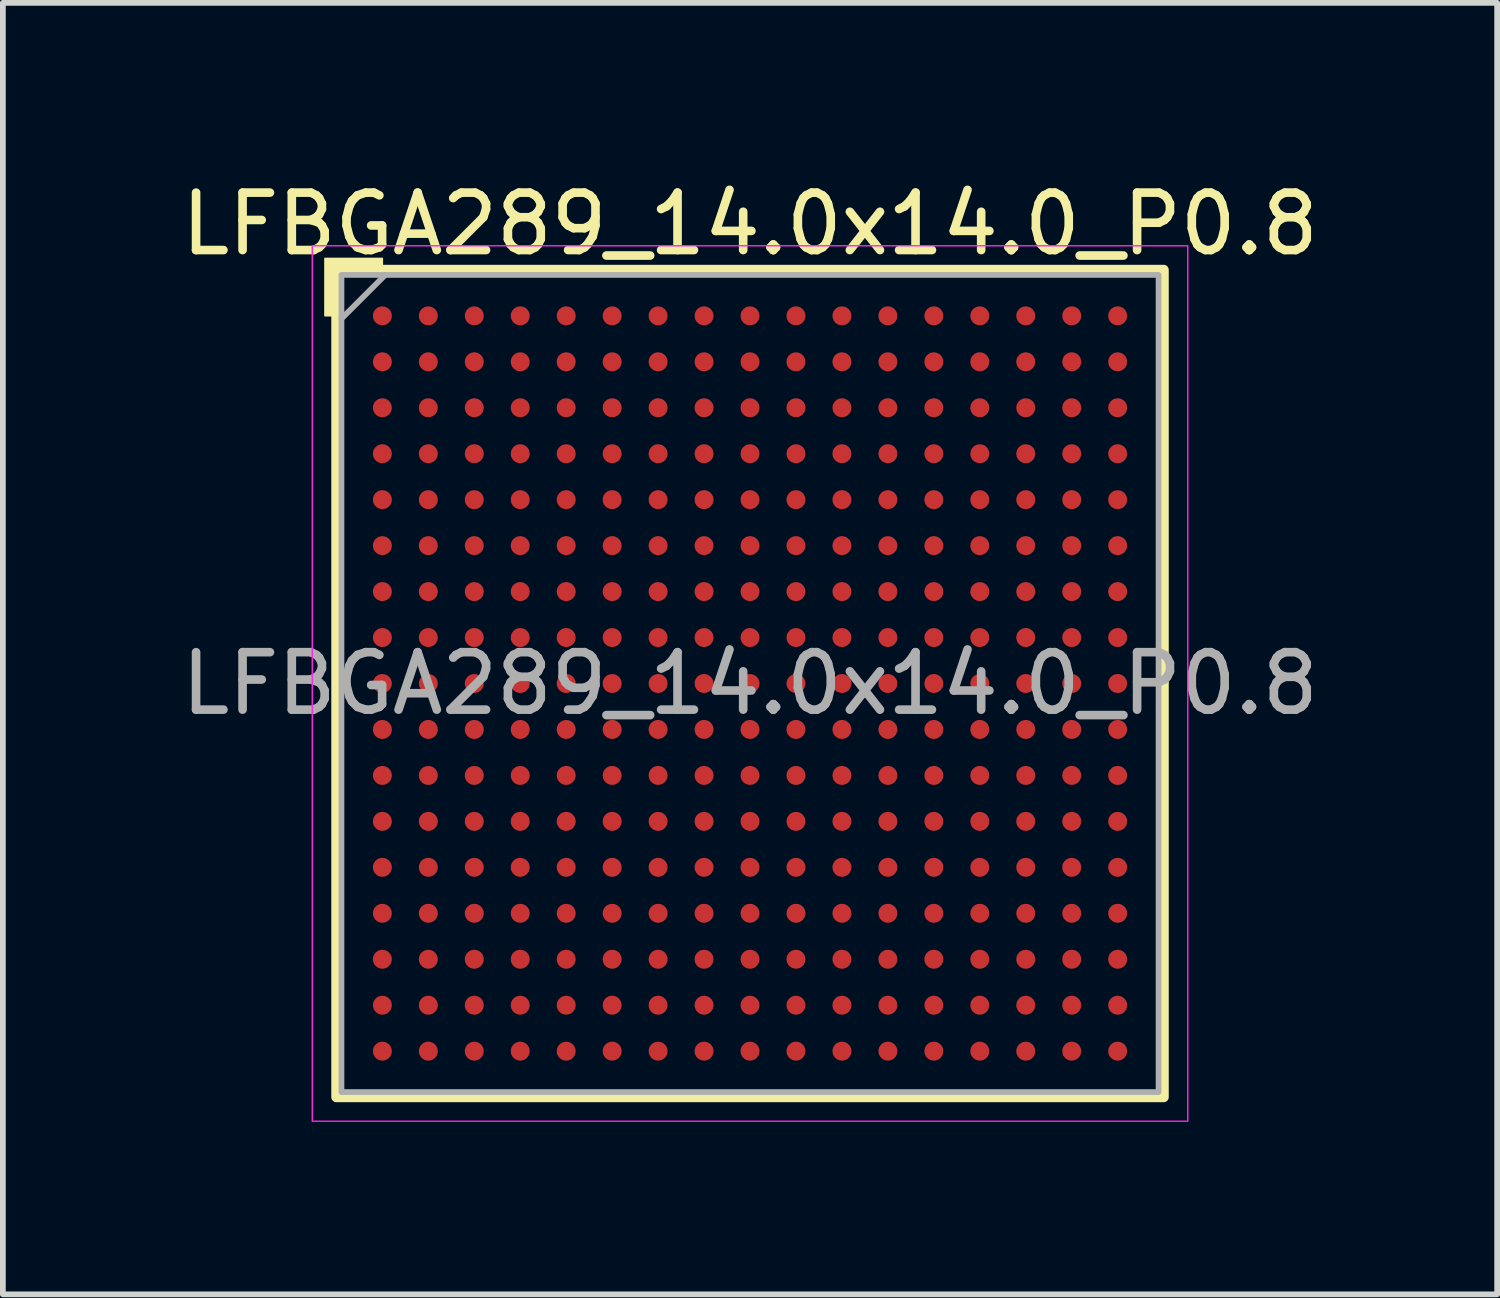
<source format=kicad_pcb>
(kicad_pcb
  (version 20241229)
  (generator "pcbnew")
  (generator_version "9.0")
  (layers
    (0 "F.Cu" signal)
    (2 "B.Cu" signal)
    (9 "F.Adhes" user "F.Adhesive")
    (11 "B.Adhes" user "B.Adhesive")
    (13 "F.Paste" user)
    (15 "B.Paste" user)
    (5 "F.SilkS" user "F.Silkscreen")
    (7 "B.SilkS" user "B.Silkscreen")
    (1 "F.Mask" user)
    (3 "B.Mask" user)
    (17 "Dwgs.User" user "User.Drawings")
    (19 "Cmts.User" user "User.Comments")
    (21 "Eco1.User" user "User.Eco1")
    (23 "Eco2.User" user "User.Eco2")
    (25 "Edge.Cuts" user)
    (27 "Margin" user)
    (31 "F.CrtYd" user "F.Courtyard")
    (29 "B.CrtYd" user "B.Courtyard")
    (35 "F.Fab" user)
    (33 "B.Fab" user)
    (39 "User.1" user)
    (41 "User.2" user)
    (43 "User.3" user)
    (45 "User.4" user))
  (footprint "LFBGA289_14.0x14.0_P0.8"
    (layer "F.Cu")
    (at 10.006 8.848)
    (property "Reference" "LFBGA289_14.0x14.0_P0.8" (at 0 -8 0) (unlocked yes) (layer "F.SilkS") (effects (font (size 1 1) (thickness 0.15))))
    (attr smd)
    (fp_rect (start -7.2 -7.2) (end 7.2 7.2) (stroke (width 0.178) (type solid)) (fill no) (layer "F.SilkS"))
    (fp_poly (pts (xy -7.2 -6.4) (xy -7.4 -6.4) (xy -7.4 -7.4) (xy -6.4 -7.4) (xy -6.4 -7.2) (xy -7.2 -7.2)) (stroke (width 0.025) (type solid)) (fill yes) (layer "F.SilkS"))
    (fp_rect (start -7.62 -7.62) (end 7.62 7.62) (stroke (width 0.025) (type solid)) (fill no) (layer "F.CrtYd"))
    (fp_line (start -7.112 -6.35) (end -6.35 -7.112) (stroke (width 0.1) (type solid)) (layer "F.Fab"))
    (fp_rect (start -7.112 -7.112) (end 7.112 7.112) (stroke (width 0.1) (type solid)) (fill no) (layer "F.Fab"))
    (fp_text user "${REFERENCE}" (at 0 0 0) (unlocked yes) (layer "F.Fab") (effects (font (size 1 1) (thickness 0.15))))
    (pad "A1" smd circle (at -6.4 -6.4) (size 0.33 0.33) (layers "F.Cu" "F.Mask" "F.Paste"))
    (pad "A2" smd circle (at -5.6 -6.4) (size 0.33 0.33) (layers "F.Cu" "F.Mask" "F.Paste"))
    (pad "A3" smd circle (at -4.8 -6.4) (size 0.33 0.33) (layers "F.Cu" "F.Mask" "F.Paste"))
    (pad "A4" smd circle (at -4 -6.4) (size 0.33 0.33) (layers "F.Cu" "F.Mask" "F.Paste"))
    (pad "A5" smd circle (at -3.2 -6.4) (size 0.33 0.33) (layers "F.Cu" "F.Mask" "F.Paste"))
    (pad "A6" smd circle (at -2.4 -6.4) (size 0.33 0.33) (layers "F.Cu" "F.Mask" "F.Paste"))
    (pad "A7" smd circle (at -1.6 -6.4) (size 0.33 0.33) (layers "F.Cu" "F.Mask" "F.Paste"))
    (pad "A8" smd circle (at -0.8 -6.4) (size 0.33 0.33) (layers "F.Cu" "F.Mask" "F.Paste"))
    (pad "A9" smd circle (at 0 -6.4) (size 0.33 0.33) (layers "F.Cu" "F.Mask" "F.Paste"))
    (pad "A10" smd circle (at 0.8 -6.4) (size 0.33 0.33) (layers "F.Cu" "F.Mask" "F.Paste"))
    (pad "A11" smd circle (at 1.6 -6.4) (size 0.33 0.33) (layers "F.Cu" "F.Mask" "F.Paste"))
    (pad "A12" smd circle (at 2.4 -6.4) (size 0.33 0.33) (layers "F.Cu" "F.Mask" "F.Paste"))
    (pad "A13" smd circle (at 3.2 -6.4) (size 0.33 0.33) (layers "F.Cu" "F.Mask" "F.Paste"))
    (pad "A14" smd circle (at 4 -6.4) (size 0.33 0.33) (layers "F.Cu" "F.Mask" "F.Paste"))
    (pad "A15" smd circle (at 4.8 -6.4) (size 0.33 0.33) (layers "F.Cu" "F.Mask" "F.Paste"))
    (pad "A16" smd circle (at 5.6 -6.4) (size 0.33 0.33) (layers "F.Cu" "F.Mask" "F.Paste"))
    (pad "A17" smd circle (at 6.4 -6.4) (size 0.33 0.33) (layers "F.Cu" "F.Mask" "F.Paste"))
    (pad "B1" smd circle (at -6.4 -5.6) (size 0.33 0.33) (layers "F.Cu" "F.Mask" "F.Paste"))
    (pad "B2" smd circle (at -5.6 -5.6) (size 0.33 0.33) (layers "F.Cu" "F.Mask" "F.Paste"))
    (pad "B3" smd circle (at -4.8 -5.6) (size 0.33 0.33) (layers "F.Cu" "F.Mask" "F.Paste"))
    (pad "B4" smd circle (at -4 -5.6) (size 0.33 0.33) (layers "F.Cu" "F.Mask" "F.Paste"))
    (pad "B5" smd circle (at -3.2 -5.6) (size 0.33 0.33) (layers "F.Cu" "F.Mask" "F.Paste"))
    (pad "B6" smd circle (at -2.4 -5.6) (size 0.33 0.33) (layers "F.Cu" "F.Mask" "F.Paste"))
    (pad "B7" smd circle (at -1.6 -5.6) (size 0.33 0.33) (layers "F.Cu" "F.Mask" "F.Paste"))
    (pad "B8" smd circle (at -0.8 -5.6) (size 0.33 0.33) (layers "F.Cu" "F.Mask" "F.Paste"))
    (pad "B9" smd circle (at 0 -5.6) (size 0.33 0.33) (layers "F.Cu" "F.Mask" "F.Paste"))
    (pad "B10" smd circle (at 0.8 -5.6) (size 0.33 0.33) (layers "F.Cu" "F.Mask" "F.Paste"))
    (pad "B11" smd circle (at 1.6 -5.6) (size 0.33 0.33) (layers "F.Cu" "F.Mask" "F.Paste"))
    (pad "B12" smd circle (at 2.4 -5.6) (size 0.33 0.33) (layers "F.Cu" "F.Mask" "F.Paste"))
    (pad "B13" smd circle (at 3.2 -5.6) (size 0.33 0.33) (layers "F.Cu" "F.Mask" "F.Paste"))
    (pad "B14" smd circle (at 4 -5.6) (size 0.33 0.33) (layers "F.Cu" "F.Mask" "F.Paste"))
    (pad "B15" smd circle (at 4.8 -5.6) (size 0.33 0.33) (layers "F.Cu" "F.Mask" "F.Paste"))
    (pad "B16" smd circle (at 5.6 -5.6) (size 0.33 0.33) (layers "F.Cu" "F.Mask" "F.Paste"))
    (pad "B17" smd circle (at 6.4 -5.6) (size 0.33 0.33) (layers "F.Cu" "F.Mask" "F.Paste"))
    (pad "C1" smd circle (at -6.4 -4.8) (size 0.33 0.33) (layers "F.Cu" "F.Mask" "F.Paste"))
    (pad "C2" smd circle (at -5.6 -4.8) (size 0.33 0.33) (layers "F.Cu" "F.Mask" "F.Paste"))
    (pad "C3" smd circle (at -4.8 -4.8) (size 0.33 0.33) (layers "F.Cu" "F.Mask" "F.Paste"))
    (pad "C4" smd circle (at -4 -4.8) (size 0.33 0.33) (layers "F.Cu" "F.Mask" "F.Paste"))
    (pad "C5" smd circle (at -3.2 -4.8) (size 0.33 0.33) (layers "F.Cu" "F.Mask" "F.Paste"))
    (pad "C6" smd circle (at -2.4 -4.8) (size 0.33 0.33) (layers "F.Cu" "F.Mask" "F.Paste"))
    (pad "C7" smd circle (at -1.6 -4.8) (size 0.33 0.33) (layers "F.Cu" "F.Mask" "F.Paste"))
    (pad "C8" smd circle (at -0.8 -4.8) (size 0.33 0.33) (layers "F.Cu" "F.Mask" "F.Paste"))
    (pad "C9" smd circle (at 0 -4.8) (size 0.33 0.33) (layers "F.Cu" "F.Mask" "F.Paste"))
    (pad "C10" smd circle (at 0.8 -4.8) (size 0.33 0.33) (layers "F.Cu" "F.Mask" "F.Paste"))
    (pad "C11" smd circle (at 1.6 -4.8) (size 0.33 0.33) (layers "F.Cu" "F.Mask" "F.Paste"))
    (pad "C12" smd circle (at 2.4 -4.8) (size 0.33 0.33) (layers "F.Cu" "F.Mask" "F.Paste"))
    (pad "C13" smd circle (at 3.2 -4.8) (size 0.33 0.33) (layers "F.Cu" "F.Mask" "F.Paste"))
    (pad "C14" smd circle (at 4 -4.8) (size 0.33 0.33) (layers "F.Cu" "F.Mask" "F.Paste"))
    (pad "C15" smd circle (at 4.8 -4.8) (size 0.33 0.33) (layers "F.Cu" "F.Mask" "F.Paste"))
    (pad "C16" smd circle (at 5.6 -4.8) (size 0.33 0.33) (layers "F.Cu" "F.Mask" "F.Paste"))
    (pad "C17" smd circle (at 6.4 -4.8) (size 0.33 0.33) (layers "F.Cu" "F.Mask" "F.Paste"))
    (pad "D1" smd circle (at -6.4 -4) (size 0.33 0.33) (layers "F.Cu" "F.Mask" "F.Paste"))
    (pad "D2" smd circle (at -5.6 -4) (size 0.33 0.33) (layers "F.Cu" "F.Mask" "F.Paste"))
    (pad "D3" smd circle (at -4.8 -4) (size 0.33 0.33) (layers "F.Cu" "F.Mask" "F.Paste"))
    (pad "D4" smd circle (at -4 -4) (size 0.33 0.33) (layers "F.Cu" "F.Mask" "F.Paste"))
    (pad "D5" smd circle (at -3.2 -4) (size 0.33 0.33) (layers "F.Cu" "F.Mask" "F.Paste"))
    (pad "D6" smd circle (at -2.4 -4) (size 0.33 0.33) (layers "F.Cu" "F.Mask" "F.Paste"))
    (pad "D7" smd circle (at -1.6 -4) (size 0.33 0.33) (layers "F.Cu" "F.Mask" "F.Paste"))
    (pad "D8" smd circle (at -0.8 -4) (size 0.33 0.33) (layers "F.Cu" "F.Mask" "F.Paste"))
    (pad "D9" smd circle (at 0 -4) (size 0.33 0.33) (layers "F.Cu" "F.Mask" "F.Paste"))
    (pad "D10" smd circle (at 0.8 -4) (size 0.33 0.33) (layers "F.Cu" "F.Mask" "F.Paste"))
    (pad "D11" smd circle (at 1.6 -4) (size 0.33 0.33) (layers "F.Cu" "F.Mask" "F.Paste"))
    (pad "D12" smd circle (at 2.4 -4) (size 0.33 0.33) (layers "F.Cu" "F.Mask" "F.Paste"))
    (pad "D13" smd circle (at 3.2 -4) (size 0.33 0.33) (layers "F.Cu" "F.Mask" "F.Paste"))
    (pad "D14" smd circle (at 4 -4) (size 0.33 0.33) (layers "F.Cu" "F.Mask" "F.Paste"))
    (pad "D15" smd circle (at 4.8 -4) (size 0.33 0.33) (layers "F.Cu" "F.Mask" "F.Paste"))
    (pad "D16" smd circle (at 5.6 -4) (size 0.33 0.33) (layers "F.Cu" "F.Mask" "F.Paste"))
    (pad "D17" smd circle (at 6.4 -4) (size 0.33 0.33) (layers "F.Cu" "F.Mask" "F.Paste"))
    (pad "E1" smd circle (at -6.4 -3.2) (size 0.33 0.33) (layers "F.Cu" "F.Mask" "F.Paste"))
    (pad "E2" smd circle (at -5.6 -3.2) (size 0.33 0.33) (layers "F.Cu" "F.Mask" "F.Paste"))
    (pad "E3" smd circle (at -4.8 -3.2) (size 0.33 0.33) (layers "F.Cu" "F.Mask" "F.Paste"))
    (pad "E4" smd circle (at -4 -3.2) (size 0.33 0.33) (layers "F.Cu" "F.Mask" "F.Paste"))
    (pad "E5" smd circle (at -3.2 -3.2) (size 0.33 0.33) (layers "F.Cu" "F.Mask" "F.Paste"))
    (pad "E6" smd circle (at -2.4 -3.2) (size 0.33 0.33) (layers "F.Cu" "F.Mask" "F.Paste"))
    (pad "E7" smd circle (at -1.6 -3.2) (size 0.33 0.33) (layers "F.Cu" "F.Mask" "F.Paste"))
    (pad "E8" smd circle (at -0.8 -3.2) (size 0.33 0.33) (layers "F.Cu" "F.Mask" "F.Paste"))
    (pad "E9" smd circle (at 0 -3.2) (size 0.33 0.33) (layers "F.Cu" "F.Mask" "F.Paste"))
    (pad "E10" smd circle (at 0.8 -3.2) (size 0.33 0.33) (layers "F.Cu" "F.Mask" "F.Paste"))
    (pad "E11" smd circle (at 1.6 -3.2) (size 0.33 0.33) (layers "F.Cu" "F.Mask" "F.Paste"))
    (pad "E12" smd circle (at 2.4 -3.2) (size 0.33 0.33) (layers "F.Cu" "F.Mask" "F.Paste"))
    (pad "E13" smd circle (at 3.2 -3.2) (size 0.33 0.33) (layers "F.Cu" "F.Mask" "F.Paste"))
    (pad "E14" smd circle (at 4 -3.2) (size 0.33 0.33) (layers "F.Cu" "F.Mask" "F.Paste"))
    (pad "E15" smd circle (at 4.8 -3.2) (size 0.33 0.33) (layers "F.Cu" "F.Mask" "F.Paste"))
    (pad "E16" smd circle (at 5.6 -3.2) (size 0.33 0.33) (layers "F.Cu" "F.Mask" "F.Paste"))
    (pad "E17" smd circle (at 6.4 -3.2) (size 0.33 0.33) (layers "F.Cu" "F.Mask" "F.Paste"))
    (pad "F1" smd circle (at -6.4 -2.4) (size 0.33 0.33) (layers "F.Cu" "F.Mask" "F.Paste"))
    (pad "F2" smd circle (at -5.6 -2.4) (size 0.33 0.33) (layers "F.Cu" "F.Mask" "F.Paste"))
    (pad "F3" smd circle (at -4.8 -2.4) (size 0.33 0.33) (layers "F.Cu" "F.Mask" "F.Paste"))
    (pad "F4" smd circle (at -4 -2.4) (size 0.33 0.33) (layers "F.Cu" "F.Mask" "F.Paste"))
    (pad "F5" smd circle (at -3.2 -2.4) (size 0.33 0.33) (layers "F.Cu" "F.Mask" "F.Paste"))
    (pad "F6" smd circle (at -2.4 -2.4) (size 0.33 0.33) (layers "F.Cu" "F.Mask" "F.Paste"))
    (pad "F7" smd circle (at -1.6 -2.4) (size 0.33 0.33) (layers "F.Cu" "F.Mask" "F.Paste"))
    (pad "F8" smd circle (at -0.8 -2.4) (size 0.33 0.33) (layers "F.Cu" "F.Mask" "F.Paste"))
    (pad "F9" smd circle (at 0 -2.4) (size 0.33 0.33) (layers "F.Cu" "F.Mask" "F.Paste"))
    (pad "F10" smd circle (at 0.8 -2.4) (size 0.33 0.33) (layers "F.Cu" "F.Mask" "F.Paste"))
    (pad "F11" smd circle (at 1.6 -2.4) (size 0.33 0.33) (layers "F.Cu" "F.Mask" "F.Paste"))
    (pad "F12" smd circle (at 2.4 -2.4) (size 0.33 0.33) (layers "F.Cu" "F.Mask" "F.Paste"))
    (pad "F13" smd circle (at 3.2 -2.4) (size 0.33 0.33) (layers "F.Cu" "F.Mask" "F.Paste"))
    (pad "F14" smd circle (at 4 -2.4) (size 0.33 0.33) (layers "F.Cu" "F.Mask" "F.Paste"))
    (pad "F15" smd circle (at 4.8 -2.4) (size 0.33 0.33) (layers "F.Cu" "F.Mask" "F.Paste"))
    (pad "F16" smd circle (at 5.6 -2.4) (size 0.33 0.33) (layers "F.Cu" "F.Mask" "F.Paste"))
    (pad "F17" smd circle (at 6.4 -2.4) (size 0.33 0.33) (layers "F.Cu" "F.Mask" "F.Paste"))
    (pad "G1" smd circle (at -6.4 -1.6) (size 0.33 0.33) (layers "F.Cu" "F.Mask" "F.Paste"))
    (pad "G2" smd circle (at -5.6 -1.6) (size 0.33 0.33) (layers "F.Cu" "F.Mask" "F.Paste"))
    (pad "G3" smd circle (at -4.8 -1.6) (size 0.33 0.33) (layers "F.Cu" "F.Mask" "F.Paste"))
    (pad "G4" smd circle (at -4 -1.6) (size 0.33 0.33) (layers "F.Cu" "F.Mask" "F.Paste"))
    (pad "G5" smd circle (at -3.2 -1.6) (size 0.33 0.33) (layers "F.Cu" "F.Mask" "F.Paste"))
    (pad "G6" smd circle (at -2.4 -1.6) (size 0.33 0.33) (layers "F.Cu" "F.Mask" "F.Paste"))
    (pad "G7" smd circle (at -1.6 -1.6) (size 0.33 0.33) (layers "F.Cu" "F.Mask" "F.Paste"))
    (pad "G8" smd circle (at -0.8 -1.6) (size 0.33 0.33) (layers "F.Cu" "F.Mask" "F.Paste"))
    (pad "G9" smd circle (at 0 -1.6) (size 0.33 0.33) (layers "F.Cu" "F.Mask" "F.Paste"))
    (pad "G10" smd circle (at 0.8 -1.6) (size 0.33 0.33) (layers "F.Cu" "F.Mask" "F.Paste"))
    (pad "G11" smd circle (at 1.6 -1.6) (size 0.33 0.33) (layers "F.Cu" "F.Mask" "F.Paste"))
    (pad "G12" smd circle (at 2.4 -1.6) (size 0.33 0.33) (layers "F.Cu" "F.Mask" "F.Paste"))
    (pad "G13" smd circle (at 3.2 -1.6) (size 0.33 0.33) (layers "F.Cu" "F.Mask" "F.Paste"))
    (pad "G14" smd circle (at 4 -1.6) (size 0.33 0.33) (layers "F.Cu" "F.Mask" "F.Paste"))
    (pad "G15" smd circle (at 4.8 -1.6) (size 0.33 0.33) (layers "F.Cu" "F.Mask" "F.Paste"))
    (pad "G16" smd circle (at 5.6 -1.6) (size 0.33 0.33) (layers "F.Cu" "F.Mask" "F.Paste"))
    (pad "G17" smd circle (at 6.4 -1.6) (size 0.33 0.33) (layers "F.Cu" "F.Mask" "F.Paste"))
    (pad "H1" smd circle (at -6.4 -0.8) (size 0.33 0.33) (layers "F.Cu" "F.Mask" "F.Paste"))
    (pad "H2" smd circle (at -5.6 -0.8) (size 0.33 0.33) (layers "F.Cu" "F.Mask" "F.Paste"))
    (pad "H3" smd circle (at -4.8 -0.8) (size 0.33 0.33) (layers "F.Cu" "F.Mask" "F.Paste"))
    (pad "H4" smd circle (at -4 -0.8) (size 0.33 0.33) (layers "F.Cu" "F.Mask" "F.Paste"))
    (pad "H5" smd circle (at -3.2 -0.8) (size 0.33 0.33) (layers "F.Cu" "F.Mask" "F.Paste"))
    (pad "H6" smd circle (at -2.4 -0.8) (size 0.33 0.33) (layers "F.Cu" "F.Mask" "F.Paste"))
    (pad "H7" smd circle (at -1.6 -0.8) (size 0.33 0.33) (layers "F.Cu" "F.Mask" "F.Paste"))
    (pad "H8" smd circle (at -0.8 -0.8) (size 0.33 0.33) (layers "F.Cu" "F.Mask" "F.Paste"))
    (pad "H9" smd circle (at 0 -0.8) (size 0.33 0.33) (layers "F.Cu" "F.Mask" "F.Paste"))
    (pad "H10" smd circle (at 0.8 -0.8) (size 0.33 0.33) (layers "F.Cu" "F.Mask" "F.Paste"))
    (pad "H11" smd circle (at 1.6 -0.8) (size 0.33 0.33) (layers "F.Cu" "F.Mask" "F.Paste"))
    (pad "H12" smd circle (at 2.4 -0.8) (size 0.33 0.33) (layers "F.Cu" "F.Mask" "F.Paste"))
    (pad "H13" smd circle (at 3.2 -0.8) (size 0.33 0.33) (layers "F.Cu" "F.Mask" "F.Paste"))
    (pad "H14" smd circle (at 4 -0.8) (size 0.33 0.33) (layers "F.Cu" "F.Mask" "F.Paste"))
    (pad "H15" smd circle (at 4.8 -0.8) (size 0.33 0.33) (layers "F.Cu" "F.Mask" "F.Paste"))
    (pad "H16" smd circle (at 5.6 -0.8) (size 0.33 0.33) (layers "F.Cu" "F.Mask" "F.Paste"))
    (pad "H17" smd circle (at 6.4 -0.8) (size 0.33 0.33) (layers "F.Cu" "F.Mask" "F.Paste"))
    (pad "J1" smd circle (at -6.4 0) (size 0.33 0.33) (layers "F.Cu" "F.Mask" "F.Paste"))
    (pad "J2" smd circle (at -5.6 0) (size 0.33 0.33) (layers "F.Cu" "F.Mask" "F.Paste"))
    (pad "J3" smd circle (at -4.8 0) (size 0.33 0.33) (layers "F.Cu" "F.Mask" "F.Paste"))
    (pad "J4" smd circle (at -4 0) (size 0.33 0.33) (layers "F.Cu" "F.Mask" "F.Paste"))
    (pad "J5" smd circle (at -3.2 0) (size 0.33 0.33) (layers "F.Cu" "F.Mask" "F.Paste"))
    (pad "J6" smd circle (at -2.4 0) (size 0.33 0.33) (layers "F.Cu" "F.Mask" "F.Paste"))
    (pad "J7" smd circle (at -1.6 0) (size 0.33 0.33) (layers "F.Cu" "F.Mask" "F.Paste"))
    (pad "J8" smd circle (at -0.8 0) (size 0.33 0.33) (layers "F.Cu" "F.Mask" "F.Paste"))
    (pad "J9" smd circle (at 0 0) (size 0.33 0.33) (layers "F.Cu" "F.Mask" "F.Paste"))
    (pad "J10" smd circle (at 0.8 0) (size 0.33 0.33) (layers "F.Cu" "F.Mask" "F.Paste"))
    (pad "J11" smd circle (at 1.6 0) (size 0.33 0.33) (layers "F.Cu" "F.Mask" "F.Paste"))
    (pad "J12" smd circle (at 2.4 0) (size 0.33 0.33) (layers "F.Cu" "F.Mask" "F.Paste"))
    (pad "J13" smd circle (at 3.2 0) (size 0.33 0.33) (layers "F.Cu" "F.Mask" "F.Paste"))
    (pad "J14" smd circle (at 4 0) (size 0.33 0.33) (layers "F.Cu" "F.Mask" "F.Paste"))
    (pad "J15" smd circle (at 4.8 0) (size 0.33 0.33) (layers "F.Cu" "F.Mask" "F.Paste"))
    (pad "J16" smd circle (at 5.6 0) (size 0.33 0.33) (layers "F.Cu" "F.Mask" "F.Paste"))
    (pad "J17" smd circle (at 6.4 0) (size 0.33 0.33) (layers "F.Cu" "F.Mask" "F.Paste"))
    (pad "K1" smd circle (at -6.4 0.8) (size 0.33 0.33) (layers "F.Cu" "F.Mask" "F.Paste"))
    (pad "K2" smd circle (at -5.6 0.8) (size 0.33 0.33) (layers "F.Cu" "F.Mask" "F.Paste"))
    (pad "K3" smd circle (at -4.8 0.8) (size 0.33 0.33) (layers "F.Cu" "F.Mask" "F.Paste"))
    (pad "K4" smd circle (at -4 0.8) (size 0.33 0.33) (layers "F.Cu" "F.Mask" "F.Paste"))
    (pad "K5" smd circle (at -3.2 0.8) (size 0.33 0.33) (layers "F.Cu" "F.Mask" "F.Paste"))
    (pad "K6" smd circle (at -2.4 0.8) (size 0.33 0.33) (layers "F.Cu" "F.Mask" "F.Paste"))
    (pad "K7" smd circle (at -1.6 0.8) (size 0.33 0.33) (layers "F.Cu" "F.Mask" "F.Paste"))
    (pad "K8" smd circle (at -0.8 0.8) (size 0.33 0.33) (layers "F.Cu" "F.Mask" "F.Paste"))
    (pad "K9" smd circle (at 0 0.8) (size 0.33 0.33) (layers "F.Cu" "F.Mask" "F.Paste"))
    (pad "K10" smd circle (at 0.8 0.8) (size 0.33 0.33) (layers "F.Cu" "F.Mask" "F.Paste"))
    (pad "K11" smd circle (at 1.6 0.8) (size 0.33 0.33) (layers "F.Cu" "F.Mask" "F.Paste"))
    (pad "K12" smd circle (at 2.4 0.8) (size 0.33 0.33) (layers "F.Cu" "F.Mask" "F.Paste"))
    (pad "K13" smd circle (at 3.2 0.8) (size 0.33 0.33) (layers "F.Cu" "F.Mask" "F.Paste"))
    (pad "K14" smd circle (at 4 0.8) (size 0.33 0.33) (layers "F.Cu" "F.Mask" "F.Paste"))
    (pad "K15" smd circle (at 4.8 0.8) (size 0.33 0.33) (layers "F.Cu" "F.Mask" "F.Paste"))
    (pad "K16" smd circle (at 5.6 0.8) (size 0.33 0.33) (layers "F.Cu" "F.Mask" "F.Paste"))
    (pad "K17" smd circle (at 6.4 0.8) (size 0.33 0.33) (layers "F.Cu" "F.Mask" "F.Paste"))
    (pad "L1" smd circle (at -6.4 1.6) (size 0.33 0.33) (layers "F.Cu" "F.Mask" "F.Paste"))
    (pad "L2" smd circle (at -5.6 1.6) (size 0.33 0.33) (layers "F.Cu" "F.Mask" "F.Paste"))
    (pad "L3" smd circle (at -4.8 1.6) (size 0.33 0.33) (layers "F.Cu" "F.Mask" "F.Paste"))
    (pad "L4" smd circle (at -4 1.6) (size 0.33 0.33) (layers "F.Cu" "F.Mask" "F.Paste"))
    (pad "L5" smd circle (at -3.2 1.6) (size 0.33 0.33) (layers "F.Cu" "F.Mask" "F.Paste"))
    (pad "L6" smd circle (at -2.4 1.6) (size 0.33 0.33) (layers "F.Cu" "F.Mask" "F.Paste"))
    (pad "L7" smd circle (at -1.6 1.6) (size 0.33 0.33) (layers "F.Cu" "F.Mask" "F.Paste"))
    (pad "L8" smd circle (at -0.8 1.6) (size 0.33 0.33) (layers "F.Cu" "F.Mask" "F.Paste"))
    (pad "L9" smd circle (at 0 1.6) (size 0.33 0.33) (layers "F.Cu" "F.Mask" "F.Paste"))
    (pad "L10" smd circle (at 0.8 1.6) (size 0.33 0.33) (layers "F.Cu" "F.Mask" "F.Paste"))
    (pad "L11" smd circle (at 1.6 1.6) (size 0.33 0.33) (layers "F.Cu" "F.Mask" "F.Paste"))
    (pad "L12" smd circle (at 2.4 1.6) (size 0.33 0.33) (layers "F.Cu" "F.Mask" "F.Paste"))
    (pad "L13" smd circle (at 3.2 1.6) (size 0.33 0.33) (layers "F.Cu" "F.Mask" "F.Paste"))
    (pad "L14" smd circle (at 4 1.6) (size 0.33 0.33) (layers "F.Cu" "F.Mask" "F.Paste"))
    (pad "L15" smd circle (at 4.8 1.6) (size 0.33 0.33) (layers "F.Cu" "F.Mask" "F.Paste"))
    (pad "L16" smd circle (at 5.6 1.6) (size 0.33 0.33) (layers "F.Cu" "F.Mask" "F.Paste"))
    (pad "L17" smd circle (at 6.4 1.6) (size 0.33 0.33) (layers "F.Cu" "F.Mask" "F.Paste"))
    (pad "M1" smd circle (at -6.4 2.4) (size 0.33 0.33) (layers "F.Cu" "F.Mask" "F.Paste"))
    (pad "M2" smd circle (at -5.6 2.4) (size 0.33 0.33) (layers "F.Cu" "F.Mask" "F.Paste"))
    (pad "M3" smd circle (at -4.8 2.4) (size 0.33 0.33) (layers "F.Cu" "F.Mask" "F.Paste"))
    (pad "M4" smd circle (at -4 2.4) (size 0.33 0.33) (layers "F.Cu" "F.Mask" "F.Paste"))
    (pad "M5" smd circle (at -3.2 2.4) (size 0.33 0.33) (layers "F.Cu" "F.Mask" "F.Paste"))
    (pad "M6" smd circle (at -2.4 2.4) (size 0.33 0.33) (layers "F.Cu" "F.Mask" "F.Paste"))
    (pad "M7" smd circle (at -1.6 2.4) (size 0.33 0.33) (layers "F.Cu" "F.Mask" "F.Paste"))
    (pad "M8" smd circle (at -0.8 2.4) (size 0.33 0.33) (layers "F.Cu" "F.Mask" "F.Paste"))
    (pad "M9" smd circle (at 0 2.4) (size 0.33 0.33) (layers "F.Cu" "F.Mask" "F.Paste"))
    (pad "M10" smd circle (at 0.8 2.4) (size 0.33 0.33) (layers "F.Cu" "F.Mask" "F.Paste"))
    (pad "M11" smd circle (at 1.6 2.4) (size 0.33 0.33) (layers "F.Cu" "F.Mask" "F.Paste"))
    (pad "M12" smd circle (at 2.4 2.4) (size 0.33 0.33) (layers "F.Cu" "F.Mask" "F.Paste"))
    (pad "M13" smd circle (at 3.2 2.4) (size 0.33 0.33) (layers "F.Cu" "F.Mask" "F.Paste"))
    (pad "M14" smd circle (at 4 2.4) (size 0.33 0.33) (layers "F.Cu" "F.Mask" "F.Paste"))
    (pad "M15" smd circle (at 4.8 2.4) (size 0.33 0.33) (layers "F.Cu" "F.Mask" "F.Paste"))
    (pad "M16" smd circle (at 5.6 2.4) (size 0.33 0.33) (layers "F.Cu" "F.Mask" "F.Paste"))
    (pad "M17" smd circle (at 6.4 2.4) (size 0.33 0.33) (layers "F.Cu" "F.Mask" "F.Paste"))
    (pad "N1" smd circle (at -6.4 3.2) (size 0.33 0.33) (layers "F.Cu" "F.Mask" "F.Paste"))
    (pad "N2" smd circle (at -5.6 3.2) (size 0.33 0.33) (layers "F.Cu" "F.Mask" "F.Paste"))
    (pad "N3" smd circle (at -4.8 3.2) (size 0.33 0.33) (layers "F.Cu" "F.Mask" "F.Paste"))
    (pad "N4" smd circle (at -4 3.2) (size 0.33 0.33) (layers "F.Cu" "F.Mask" "F.Paste"))
    (pad "N5" smd circle (at -3.2 3.2) (size 0.33 0.33) (layers "F.Cu" "F.Mask" "F.Paste"))
    (pad "N6" smd circle (at -2.4 3.2) (size 0.33 0.33) (layers "F.Cu" "F.Mask" "F.Paste"))
    (pad "N7" smd circle (at -1.6 3.2) (size 0.33 0.33) (layers "F.Cu" "F.Mask" "F.Paste"))
    (pad "N8" smd circle (at -0.8 3.2) (size 0.33 0.33) (layers "F.Cu" "F.Mask" "F.Paste"))
    (pad "N9" smd circle (at 0 3.2) (size 0.33 0.33) (layers "F.Cu" "F.Mask" "F.Paste"))
    (pad "N10" smd circle (at 0.8 3.2) (size 0.33 0.33) (layers "F.Cu" "F.Mask" "F.Paste"))
    (pad "N11" smd circle (at 1.6 3.2) (size 0.33 0.33) (layers "F.Cu" "F.Mask" "F.Paste"))
    (pad "N12" smd circle (at 2.4 3.2) (size 0.33 0.33) (layers "F.Cu" "F.Mask" "F.Paste"))
    (pad "N13" smd circle (at 3.2 3.2) (size 0.33 0.33) (layers "F.Cu" "F.Mask" "F.Paste"))
    (pad "N14" smd circle (at 4 3.2) (size 0.33 0.33) (layers "F.Cu" "F.Mask" "F.Paste"))
    (pad "N15" smd circle (at 4.8 3.2) (size 0.33 0.33) (layers "F.Cu" "F.Mask" "F.Paste"))
    (pad "N16" smd circle (at 5.6 3.2) (size 0.33 0.33) (layers "F.Cu" "F.Mask" "F.Paste"))
    (pad "N17" smd circle (at 6.4 3.2) (size 0.33 0.33) (layers "F.Cu" "F.Mask" "F.Paste"))
    (pad "P1" smd circle (at -6.4 4) (size 0.33 0.33) (layers "F.Cu" "F.Mask" "F.Paste"))
    (pad "P2" smd circle (at -5.6 4) (size 0.33 0.33) (layers "F.Cu" "F.Mask" "F.Paste"))
    (pad "P3" smd circle (at -4.8 4) (size 0.33 0.33) (layers "F.Cu" "F.Mask" "F.Paste"))
    (pad "P4" smd circle (at -4 4) (size 0.33 0.33) (layers "F.Cu" "F.Mask" "F.Paste"))
    (pad "P5" smd circle (at -3.2 4) (size 0.33 0.33) (layers "F.Cu" "F.Mask" "F.Paste"))
    (pad "P6" smd circle (at -2.4 4) (size 0.33 0.33) (layers "F.Cu" "F.Mask" "F.Paste"))
    (pad "P7" smd circle (at -1.6 4) (size 0.33 0.33) (layers "F.Cu" "F.Mask" "F.Paste"))
    (pad "P8" smd circle (at -0.8 4) (size 0.33 0.33) (layers "F.Cu" "F.Mask" "F.Paste"))
    (pad "P9" smd circle (at 0 4) (size 0.33 0.33) (layers "F.Cu" "F.Mask" "F.Paste"))
    (pad "P10" smd circle (at 0.8 4) (size 0.33 0.33) (layers "F.Cu" "F.Mask" "F.Paste"))
    (pad "P11" smd circle (at 1.6 4) (size 0.33 0.33) (layers "F.Cu" "F.Mask" "F.Paste"))
    (pad "P12" smd circle (at 2.4 4) (size 0.33 0.33) (layers "F.Cu" "F.Mask" "F.Paste"))
    (pad "P13" smd circle (at 3.2 4) (size 0.33 0.33) (layers "F.Cu" "F.Mask" "F.Paste"))
    (pad "P14" smd circle (at 4 4) (size 0.33 0.33) (layers "F.Cu" "F.Mask" "F.Paste"))
    (pad "P15" smd circle (at 4.8 4) (size 0.33 0.33) (layers "F.Cu" "F.Mask" "F.Paste"))
    (pad "P16" smd circle (at 5.6 4) (size 0.33 0.33) (layers "F.Cu" "F.Mask" "F.Paste"))
    (pad "P17" smd circle (at 6.4 4) (size 0.33 0.33) (layers "F.Cu" "F.Mask" "F.Paste"))
    (pad "R1" smd circle (at -6.4 4.8) (size 0.33 0.33) (layers "F.Cu" "F.Mask" "F.Paste"))
    (pad "R2" smd circle (at -5.6 4.8) (size 0.33 0.33) (layers "F.Cu" "F.Mask" "F.Paste"))
    (pad "R3" smd circle (at -4.8 4.8) (size 0.33 0.33) (layers "F.Cu" "F.Mask" "F.Paste"))
    (pad "R4" smd circle (at -4 4.8) (size 0.33 0.33) (layers "F.Cu" "F.Mask" "F.Paste"))
    (pad "R5" smd circle (at -3.2 4.8) (size 0.33 0.33) (layers "F.Cu" "F.Mask" "F.Paste"))
    (pad "R6" smd circle (at -2.4 4.8) (size 0.33 0.33) (layers "F.Cu" "F.Mask" "F.Paste"))
    (pad "R7" smd circle (at -1.6 4.8) (size 0.33 0.33) (layers "F.Cu" "F.Mask" "F.Paste"))
    (pad "R8" smd circle (at -0.8 4.8) (size 0.33 0.33) (layers "F.Cu" "F.Mask" "F.Paste"))
    (pad "R9" smd circle (at 0 4.8) (size 0.33 0.33) (layers "F.Cu" "F.Mask" "F.Paste"))
    (pad "R10" smd circle (at 0.8 4.8) (size 0.33 0.33) (layers "F.Cu" "F.Mask" "F.Paste"))
    (pad "R11" smd circle (at 1.6 4.8) (size 0.33 0.33) (layers "F.Cu" "F.Mask" "F.Paste"))
    (pad "R12" smd circle (at 2.4 4.8) (size 0.33 0.33) (layers "F.Cu" "F.Mask" "F.Paste"))
    (pad "R13" smd circle (at 3.2 4.8) (size 0.33 0.33) (layers "F.Cu" "F.Mask" "F.Paste"))
    (pad "R14" smd circle (at 4 4.8) (size 0.33 0.33) (layers "F.Cu" "F.Mask" "F.Paste"))
    (pad "R15" smd circle (at 4.8 4.8) (size 0.33 0.33) (layers "F.Cu" "F.Mask" "F.Paste"))
    (pad "R16" smd circle (at 5.6 4.8) (size 0.33 0.33) (layers "F.Cu" "F.Mask" "F.Paste"))
    (pad "R17" smd circle (at 6.4 4.8) (size 0.33 0.33) (layers "F.Cu" "F.Mask" "F.Paste"))
    (pad "T1" smd circle (at -6.4 5.6) (size 0.33 0.33) (layers "F.Cu" "F.Mask" "F.Paste"))
    (pad "T2" smd circle (at -5.6 5.6) (size 0.33 0.33) (layers "F.Cu" "F.Mask" "F.Paste"))
    (pad "T3" smd circle (at -4.8 5.6) (size 0.33 0.33) (layers "F.Cu" "F.Mask" "F.Paste"))
    (pad "T4" smd circle (at -4 5.6) (size 0.33 0.33) (layers "F.Cu" "F.Mask" "F.Paste"))
    (pad "T5" smd circle (at -3.2 5.6) (size 0.33 0.33) (layers "F.Cu" "F.Mask" "F.Paste"))
    (pad "T6" smd circle (at -2.4 5.6) (size 0.33 0.33) (layers "F.Cu" "F.Mask" "F.Paste"))
    (pad "T7" smd circle (at -1.6 5.6) (size 0.33 0.33) (layers "F.Cu" "F.Mask" "F.Paste"))
    (pad "T8" smd circle (at -0.8 5.6) (size 0.33 0.33) (layers "F.Cu" "F.Mask" "F.Paste"))
    (pad "T9" smd circle (at 0 5.6) (size 0.33 0.33) (layers "F.Cu" "F.Mask" "F.Paste"))
    (pad "T10" smd circle (at 0.8 5.6) (size 0.33 0.33) (layers "F.Cu" "F.Mask" "F.Paste"))
    (pad "T11" smd circle (at 1.6 5.6) (size 0.33 0.33) (layers "F.Cu" "F.Mask" "F.Paste"))
    (pad "T12" smd circle (at 2.4 5.6) (size 0.33 0.33) (layers "F.Cu" "F.Mask" "F.Paste"))
    (pad "T13" smd circle (at 3.2 5.6) (size 0.33 0.33) (layers "F.Cu" "F.Mask" "F.Paste"))
    (pad "T14" smd circle (at 4 5.6) (size 0.33 0.33) (layers "F.Cu" "F.Mask" "F.Paste"))
    (pad "T15" smd circle (at 4.8 5.6) (size 0.33 0.33) (layers "F.Cu" "F.Mask" "F.Paste"))
    (pad "T16" smd circle (at 5.6 5.6) (size 0.33 0.33) (layers "F.Cu" "F.Mask" "F.Paste"))
    (pad "T17" smd circle (at 6.4 5.6) (size 0.33 0.33) (layers "F.Cu" "F.Mask" "F.Paste"))
    (pad "U1" smd circle (at -6.4 6.4) (size 0.33 0.33) (layers "F.Cu" "F.Mask" "F.Paste"))
    (pad "U2" smd circle (at -5.6 6.4) (size 0.33 0.33) (layers "F.Cu" "F.Mask" "F.Paste"))
    (pad "U3" smd circle (at -4.8 6.4) (size 0.33 0.33) (layers "F.Cu" "F.Mask" "F.Paste"))
    (pad "U4" smd circle (at -4 6.4) (size 0.33 0.33) (layers "F.Cu" "F.Mask" "F.Paste"))
    (pad "U5" smd circle (at -3.2 6.4) (size 0.33 0.33) (layers "F.Cu" "F.Mask" "F.Paste"))
    (pad "U6" smd circle (at -2.4 6.4) (size 0.33 0.33) (layers "F.Cu" "F.Mask" "F.Paste"))
    (pad "U7" smd circle (at -1.6 6.4) (size 0.33 0.33) (layers "F.Cu" "F.Mask" "F.Paste"))
    (pad "U8" smd circle (at -0.8 6.4) (size 0.33 0.33) (layers "F.Cu" "F.Mask" "F.Paste"))
    (pad "U9" smd circle (at 0 6.4) (size 0.33 0.33) (layers "F.Cu" "F.Mask" "F.Paste"))
    (pad "U10" smd circle (at 0.8 6.4) (size 0.33 0.33) (layers "F.Cu" "F.Mask" "F.Paste"))
    (pad "U11" smd circle (at 1.6 6.4) (size 0.33 0.33) (layers "F.Cu" "F.Mask" "F.Paste"))
    (pad "U12" smd circle (at 2.4 6.4) (size 0.33 0.33) (layers "F.Cu" "F.Mask" "F.Paste"))
    (pad "U13" smd circle (at 3.2 6.4) (size 0.33 0.33) (layers "F.Cu" "F.Mask" "F.Paste"))
    (pad "U14" smd circle (at 4 6.4) (size 0.33 0.33) (layers "F.Cu" "F.Mask" "F.Paste"))
    (pad "U15" smd circle (at 4.8 6.4) (size 0.33 0.33) (layers "F.Cu" "F.Mask" "F.Paste"))
    (pad "U16" smd circle (at 5.6 6.4) (size 0.33 0.33) (layers "F.Cu" "F.Mask" "F.Paste"))
    (pad "U17" smd circle (at 6.4 6.4) (size 0.33 0.33) (layers "F.Cu" "F.Mask" "F.Paste")))
  (gr_rect
    (start -3 -3)
    (end 23.012 19.481)
    (stroke (width 0.1) (type default))
    (fill no)
    (layer "Edge.Cuts")))
</source>
